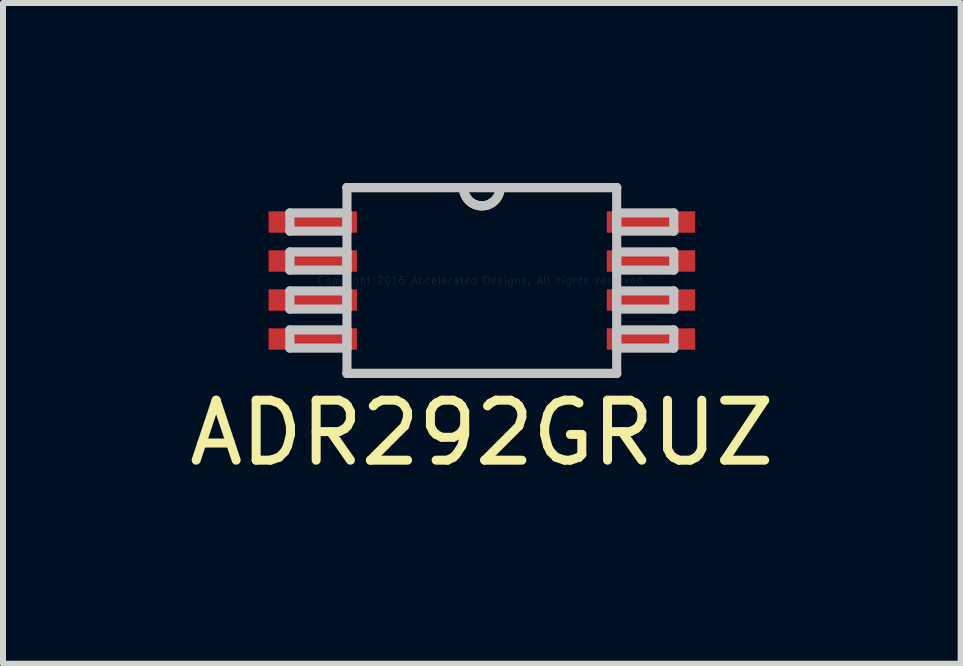
<source format=kicad_pcb>
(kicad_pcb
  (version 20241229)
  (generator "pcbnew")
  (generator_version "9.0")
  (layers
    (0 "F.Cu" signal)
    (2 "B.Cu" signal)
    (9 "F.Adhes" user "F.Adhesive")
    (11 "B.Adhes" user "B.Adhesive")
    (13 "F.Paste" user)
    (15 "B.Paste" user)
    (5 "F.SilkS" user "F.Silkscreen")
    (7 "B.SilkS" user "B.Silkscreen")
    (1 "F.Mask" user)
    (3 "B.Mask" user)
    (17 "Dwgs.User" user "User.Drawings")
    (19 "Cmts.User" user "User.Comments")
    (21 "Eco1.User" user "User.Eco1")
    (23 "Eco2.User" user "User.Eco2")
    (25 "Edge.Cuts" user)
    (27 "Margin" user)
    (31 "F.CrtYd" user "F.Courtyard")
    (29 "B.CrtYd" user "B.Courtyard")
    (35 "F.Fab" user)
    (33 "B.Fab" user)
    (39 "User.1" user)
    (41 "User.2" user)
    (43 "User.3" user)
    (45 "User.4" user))
  (footprint "ADR292GRUZ"
    (layer "F.Cu")
    (at 4.982 1.626)
    (property "Reference" "ADR292GRUZ" (at 0 2.54 0) (layer "F.SilkS") (effects (font (size 1 1) (thickness 0.15))))
    (attr smd)
    (fp_line (start -2.248 1.549) (end 2.248 1.549) (stroke (width 0.152) (type solid)) (layer "F.SilkS"))
    (fp_line (start 2.248 -1.549) (end -2.248 -1.549) (stroke (width 0.152) (type solid)) (layer "F.SilkS"))
    (fp_arc (start 0.3048 -1.5494) (mid 0 -1.2446) (end -0.3048 -1.5494) (stroke (width 0.1524) (type solid)) (layer "F.SilkS"))
    (fp_line (start -3.2 -1.127) (end -3.2 -0.823) (stroke (width 0.152) (type solid)) (layer "Dwgs.User"))
    (fp_line (start -3.2 -0.823) (end -2.248 -0.823) (stroke (width 0.152) (type solid)) (layer "Dwgs.User"))
    (fp_line (start -3.2 -0.477) (end -3.2 -0.173) (stroke (width 0.152) (type solid)) (layer "Dwgs.User"))
    (fp_line (start -3.2 -0.173) (end -2.248 -0.173) (stroke (width 0.152) (type solid)) (layer "Dwgs.User"))
    (fp_line (start -3.2 0.173) (end -3.2 0.477) (stroke (width 0.152) (type solid)) (layer "Dwgs.User"))
    (fp_line (start -3.2 0.477) (end -2.248 0.477) (stroke (width 0.152) (type solid)) (layer "Dwgs.User"))
    (fp_line (start -3.2 0.823) (end -3.2 1.127) (stroke (width 0.152) (type solid)) (layer "Dwgs.User"))
    (fp_line (start -3.2 1.127) (end -2.248 1.127) (stroke (width 0.152) (type solid)) (layer "Dwgs.User"))
    (fp_line (start -2.248 -1.549) (end -2.248 1.549) (stroke (width 0.152) (type solid)) (layer "Dwgs.User"))
    (fp_line (start -2.248 -1.127) (end -3.2 -1.127) (stroke (width 0.152) (type solid)) (layer "Dwgs.User"))
    (fp_line (start -2.248 -0.823) (end -2.248 -1.127) (stroke (width 0.152) (type solid)) (layer "Dwgs.User"))
    (fp_line (start -2.248 -0.477) (end -3.2 -0.477) (stroke (width 0.152) (type solid)) (layer "Dwgs.User"))
    (fp_line (start -2.248 -0.173) (end -2.248 -0.477) (stroke (width 0.152) (type solid)) (layer "Dwgs.User"))
    (fp_line (start -2.248 0.173) (end -3.2 0.173) (stroke (width 0.152) (type solid)) (layer "Dwgs.User"))
    (fp_line (start -2.248 0.477) (end -2.248 0.173) (stroke (width 0.152) (type solid)) (layer "Dwgs.User"))
    (fp_line (start -2.248 0.823) (end -3.2 0.823) (stroke (width 0.152) (type solid)) (layer "Dwgs.User"))
    (fp_line (start -2.248 1.127) (end -2.248 0.823) (stroke (width 0.152) (type solid)) (layer "Dwgs.User"))
    (fp_line (start -2.248 1.549) (end 2.248 1.549) (stroke (width 0.152) (type solid)) (layer "Dwgs.User"))
    (fp_line (start 2.248 -1.549) (end -2.248 -1.549) (stroke (width 0.152) (type solid)) (layer "Dwgs.User"))
    (fp_line (start 2.248 -1.127) (end 2.248 -0.823) (stroke (width 0.152) (type solid)) (layer "Dwgs.User"))
    (fp_line (start 2.248 -0.823) (end 3.2 -0.823) (stroke (width 0.152) (type solid)) (layer "Dwgs.User"))
    (fp_line (start 2.248 -0.477) (end 2.248 -0.173) (stroke (width 0.152) (type solid)) (layer "Dwgs.User"))
    (fp_line (start 2.248 -0.173) (end 3.2 -0.173) (stroke (width 0.152) (type solid)) (layer "Dwgs.User"))
    (fp_line (start 2.248 0.173) (end 2.248 0.477) (stroke (width 0.152) (type solid)) (layer "Dwgs.User"))
    (fp_line (start 2.248 0.477) (end 3.2 0.477) (stroke (width 0.152) (type solid)) (layer "Dwgs.User"))
    (fp_line (start 2.248 0.823) (end 2.248 1.127) (stroke (width 0.152) (type solid)) (layer "Dwgs.User"))
    (fp_line (start 2.248 1.127) (end 3.2 1.127) (stroke (width 0.152) (type solid)) (layer "Dwgs.User"))
    (fp_line (start 2.248 1.549) (end 2.248 -1.549) (stroke (width 0.152) (type solid)) (layer "Dwgs.User"))
    (fp_line (start 3.2 -1.127) (end 2.248 -1.127) (stroke (width 0.152) (type solid)) (layer "Dwgs.User"))
    (fp_line (start 3.2 -0.823) (end 3.2 -1.127) (stroke (width 0.152) (type solid)) (layer "Dwgs.User"))
    (fp_line (start 3.2 -0.477) (end 2.248 -0.477) (stroke (width 0.152) (type solid)) (layer "Dwgs.User"))
    (fp_line (start 3.2 -0.173) (end 3.2 -0.477) (stroke (width 0.152) (type solid)) (layer "Dwgs.User"))
    (fp_line (start 3.2 0.173) (end 2.248 0.173) (stroke (width 0.152) (type solid)) (layer "Dwgs.User"))
    (fp_line (start 3.2 0.477) (end 3.2 0.173) (stroke (width 0.152) (type solid)) (layer "Dwgs.User"))
    (fp_line (start 3.2 0.823) (end 2.248 0.823) (stroke (width 0.152) (type solid)) (layer "Dwgs.User"))
    (fp_line (start 3.2 1.127) (end 3.2 0.823) (stroke (width 0.152) (type solid)) (layer "Dwgs.User"))
    (fp_arc (start 0.3048 -1.5494) (mid 0 -1.2446) (end -0.3048 -1.5494) (stroke (width 0.1524) (type solid)) (layer "Dwgs.User"))
    (fp_text user "Copyright 2016 Accelerated Designs. All rights reserved." (at 0 0 0) (layer "Cmts.User") (effects (font (size 0.127 0.127) (thickness 0.002))))
    (pad "" smd rect (at -2.819 -0.975) (size 1.676 0.508) (layers "F.Mask"))
    (pad "" smd rect (at -2.819 -0.325) (size 1.676 0.508) (layers "F.Mask"))
    (pad "" smd rect (at -2.819 0.325) (size 1.676 0.508) (layers "F.Mask"))
    (pad "" smd rect (at -2.819 0.975) (size 1.676 0.508) (layers "F.Mask"))
    (pad "" smd rect (at 2.819 -0.975) (size 1.676 0.508) (layers "F.Mask"))
    (pad "" smd rect (at 2.819 -0.325) (size 1.676 0.508) (layers "F.Mask"))
    (pad "" smd rect (at 2.819 0.325) (size 1.676 0.508) (layers "F.Mask"))
    (pad "" smd rect (at 2.819 0.975) (size 1.676 0.508) (layers "F.Mask"))
    (pad "1" smd rect (at -2.819 -0.975) (size 1.473 0.356) (layers "F.Cu"))
    (pad "2" smd rect (at -2.819 -0.325) (size 1.473 0.356) (layers "F.Cu"))
    (pad "3" smd rect (at -2.819 0.325) (size 1.473 0.356) (layers "F.Cu"))
    (pad "4" smd rect (at -2.819 0.975) (size 1.473 0.356) (layers "F.Cu"))
    (pad "5" smd rect (at 2.819 0.975) (size 1.473 0.356) (layers "F.Cu"))
    (pad "6" smd rect (at 2.819 0.325) (size 1.473 0.356) (layers "F.Cu"))
    (pad "7" smd rect (at 2.819 -0.325) (size 1.473 0.356) (layers "F.Cu"))
    (pad "8" smd rect (at 2.819 -0.975) (size 1.473 0.356) (layers "F.Cu")))
  (gr_rect
    (start -3 -3)
    (end 12.964 8.014)
    (stroke (width 0.1) (type default))
    (fill no)
    (layer "Edge.Cuts")))
</source>
